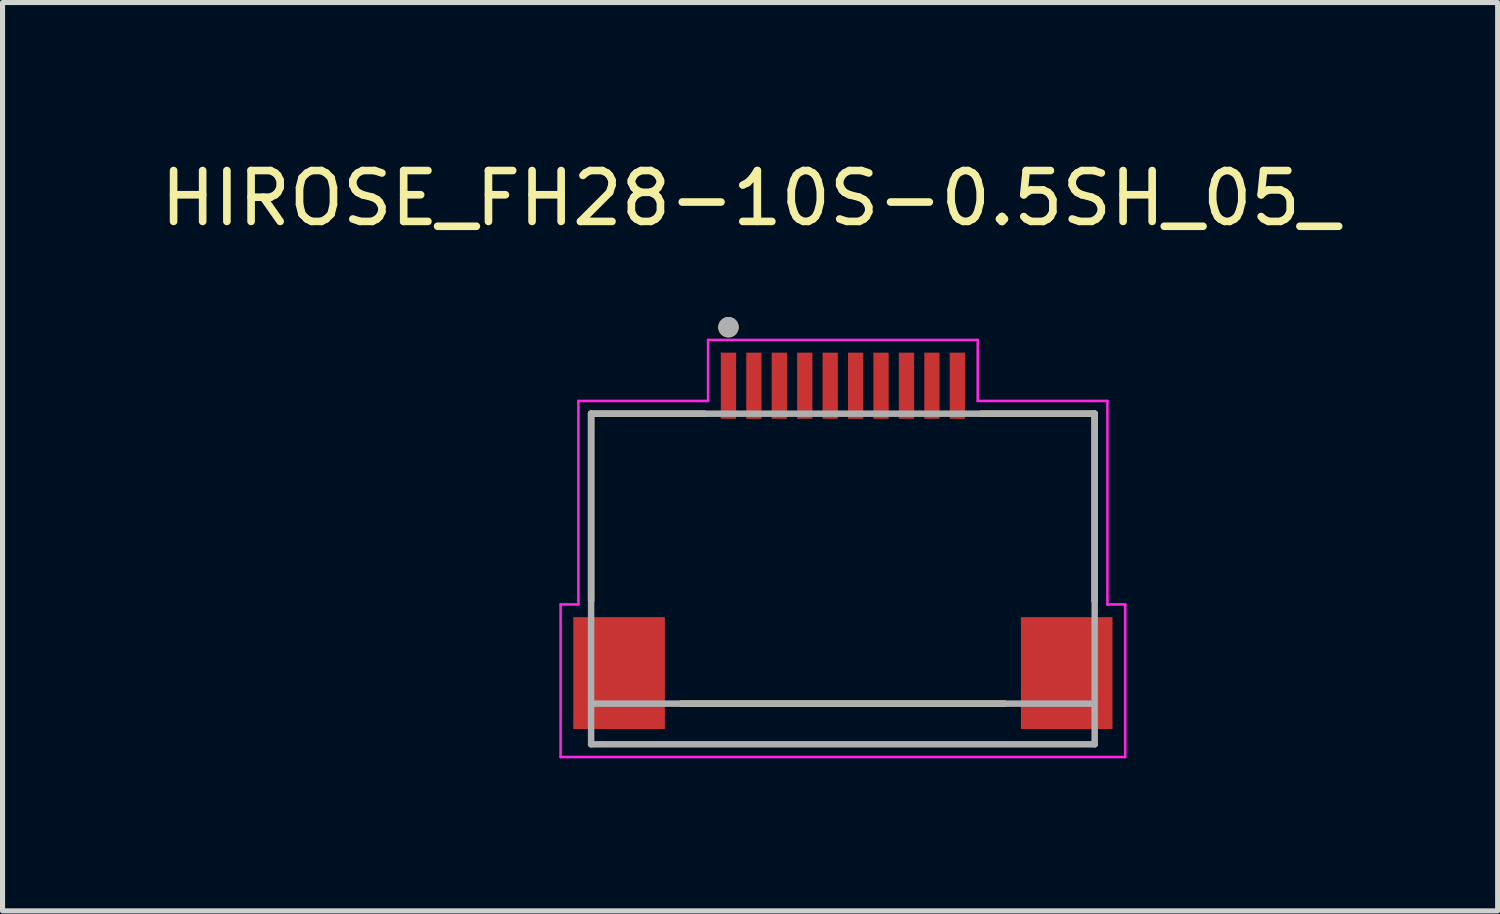
<source format=kicad_pcb>
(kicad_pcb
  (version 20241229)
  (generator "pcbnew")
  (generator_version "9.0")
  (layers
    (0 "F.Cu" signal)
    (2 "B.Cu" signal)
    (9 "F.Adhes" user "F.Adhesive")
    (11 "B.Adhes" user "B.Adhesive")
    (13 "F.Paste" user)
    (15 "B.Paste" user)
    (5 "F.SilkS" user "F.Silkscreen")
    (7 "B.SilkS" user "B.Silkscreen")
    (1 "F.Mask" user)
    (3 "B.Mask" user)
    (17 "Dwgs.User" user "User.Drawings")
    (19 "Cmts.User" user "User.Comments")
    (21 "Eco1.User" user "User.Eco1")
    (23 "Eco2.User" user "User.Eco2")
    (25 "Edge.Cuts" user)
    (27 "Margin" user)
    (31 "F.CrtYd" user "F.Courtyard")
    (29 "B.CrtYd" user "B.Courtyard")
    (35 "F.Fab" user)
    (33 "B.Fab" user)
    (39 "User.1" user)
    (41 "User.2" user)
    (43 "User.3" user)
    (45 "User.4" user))
  (footprint "HIROSE_FH28-10S-0.5SH_05_"
    (layer "F.Cu")
    (at 13.521 7.933)
    (property "Reference" "HIROSE_FH28-10S-0.5SH_05_" (at -1.825 -7.085 0) (layer "F.SilkS") (effects (font (size 1 1) (thickness 0.15))))
    (attr smd)
    (fp_poly (pts (xy -2.49 -4.14) (xy -2.01 -4.14) (xy -2.01 -2.66) (xy -2.49 -2.66)) (stroke (width 0.01) (type solid)) (fill yes) (layer "F.Mask"))
    (fp_poly (pts (xy -1.99 -4.14) (xy -1.51 -4.14) (xy -1.51 -2.66) (xy -1.99 -2.66)) (stroke (width 0.01) (type solid)) (fill yes) (layer "F.Mask"))
    (fp_poly (pts (xy -1.49 -4.14) (xy -1.01 -4.14) (xy -1.01 -2.66) (xy -1.49 -2.66)) (stroke (width 0.01) (type solid)) (fill yes) (layer "F.Mask"))
    (fp_poly (pts (xy -0.99 -4.14) (xy -0.51 -4.14) (xy -0.51 -2.66) (xy -0.99 -2.66)) (stroke (width 0.01) (type solid)) (fill yes) (layer "F.Mask"))
    (fp_poly (pts (xy -0.49 -4.14) (xy -0.01 -4.14) (xy -0.01 -2.66) (xy -0.49 -2.66)) (stroke (width 0.01) (type solid)) (fill yes) (layer "F.Mask"))
    (fp_poly (pts (xy 0.01 -4.14) (xy 0.49 -4.14) (xy 0.49 -2.66) (xy 0.01 -2.66)) (stroke (width 0.01) (type solid)) (fill yes) (layer "F.Mask"))
    (fp_poly (pts (xy 0.51 -4.14) (xy 0.99 -4.14) (xy 0.99 -2.66) (xy 0.51 -2.66)) (stroke (width 0.01) (type solid)) (fill yes) (layer "F.Mask"))
    (fp_poly (pts (xy 1.01 -4.14) (xy 1.49 -4.14) (xy 1.49 -2.66) (xy 1.01 -2.66)) (stroke (width 0.01) (type solid)) (fill yes) (layer "F.Mask"))
    (fp_poly (pts (xy 1.51 -4.14) (xy 1.99 -4.14) (xy 1.99 -2.66) (xy 1.51 -2.66)) (stroke (width 0.01) (type solid)) (fill yes) (layer "F.Mask"))
    (fp_poly (pts (xy 2.01 -4.14) (xy 2.49 -4.14) (xy 2.49 -2.66) (xy 2.01 -2.66)) (stroke (width 0.01) (type solid)) (fill yes) (layer "F.Mask"))
    (fp_line (start -4.95 -2.85) (end -2.72 -2.85) (stroke (width 0.127) (type solid)) (layer "F.SilkS"))
    (fp_line (start -4.95 0.83) (end -4.95 -2.85) (stroke (width 0.127) (type solid)) (layer "F.SilkS"))
    (fp_line (start -3.18 2.85) (end 3.18 2.85) (stroke (width 0.127) (type solid)) (layer "F.SilkS"))
    (fp_line (start 2.72 -2.85) (end 4.95 -2.85) (stroke (width 0.127) (type solid)) (layer "F.SilkS"))
    (fp_line (start 4.95 -2.85) (end 4.95 0.83) (stroke (width 0.127) (type solid)) (layer "F.SilkS"))
    (fp_circle (center -2.25 -4.55) (end -2.15 -4.55) (stroke (width 0.2) (type solid)) (fill no) (layer "F.SilkS"))
    (fp_poly (pts (xy -2.375 -4.05) (xy -2.125 -4.05) (xy -2.125 -2.75) (xy -2.375 -2.75)) (stroke (width 0.01) (type solid)) (fill yes) (layer "F.Paste"))
    (fp_poly (pts (xy -1.875 -4.05) (xy -1.625 -4.05) (xy -1.625 -2.75) (xy -1.875 -2.75)) (stroke (width 0.01) (type solid)) (fill yes) (layer "F.Paste"))
    (fp_poly (pts (xy -1.375 -4.05) (xy -1.125 -4.05) (xy -1.125 -2.75) (xy -1.375 -2.75)) (stroke (width 0.01) (type solid)) (fill yes) (layer "F.Paste"))
    (fp_poly (pts (xy -0.875 -4.05) (xy -0.625 -4.05) (xy -0.625 -2.75) (xy -0.875 -2.75)) (stroke (width 0.01) (type solid)) (fill yes) (layer "F.Paste"))
    (fp_poly (pts (xy -0.375 -4.05) (xy -0.125 -4.05) (xy -0.125 -2.75) (xy -0.375 -2.75)) (stroke (width 0.01) (type solid)) (fill yes) (layer "F.Paste"))
    (fp_poly (pts (xy 0.125 -4.05) (xy 0.375 -4.05) (xy 0.375 -2.75) (xy 0.125 -2.75)) (stroke (width 0.01) (type solid)) (fill yes) (layer "F.Paste"))
    (fp_poly (pts (xy 0.625 -4.05) (xy 0.875 -4.05) (xy 0.875 -2.75) (xy 0.625 -2.75)) (stroke (width 0.01) (type solid)) (fill yes) (layer "F.Paste"))
    (fp_poly (pts (xy 1.125 -4.05) (xy 1.375 -4.05) (xy 1.375 -2.75) (xy 1.125 -2.75)) (stroke (width 0.01) (type solid)) (fill yes) (layer "F.Paste"))
    (fp_poly (pts (xy 1.625 -4.05) (xy 1.875 -4.05) (xy 1.875 -2.75) (xy 1.625 -2.75)) (stroke (width 0.01) (type solid)) (fill yes) (layer "F.Paste"))
    (fp_poly (pts (xy 2.125 -4.05) (xy 2.375 -4.05) (xy 2.375 -2.75) (xy 2.125 -2.75)) (stroke (width 0.01) (type solid)) (fill yes) (layer "F.Paste"))
    (fp_line (start -5.55 0.9) (end -5.55 3.9) (stroke (width 0.05) (type solid)) (layer "F.CrtYd"))
    (fp_line (start -5.55 0.9) (end -5.2 0.9) (stroke (width 0.05) (type solid)) (layer "F.CrtYd"))
    (fp_line (start -5.55 3.9) (end 5.55 3.9) (stroke (width 0.05) (type solid)) (layer "F.CrtYd"))
    (fp_line (start -5.2 -3.1) (end -2.65 -3.1) (stroke (width 0.05) (type solid)) (layer "F.CrtYd"))
    (fp_line (start -5.2 0.9) (end -5.2 -3.1) (stroke (width 0.05) (type solid)) (layer "F.CrtYd"))
    (fp_line (start -2.65 -3.1) (end -2.65 -4.3) (stroke (width 0.05) (type solid)) (layer "F.CrtYd"))
    (fp_line (start 2.65 -4.3) (end -2.65 -4.3) (stroke (width 0.05) (type solid)) (layer "F.CrtYd"))
    (fp_line (start 2.65 -3.1) (end 2.65 -4.3) (stroke (width 0.05) (type solid)) (layer "F.CrtYd"))
    (fp_line (start 5.2 -3.1) (end 2.65 -3.1) (stroke (width 0.05) (type solid)) (layer "F.CrtYd"))
    (fp_line (start 5.2 0.9) (end 5.2 -3.1) (stroke (width 0.05) (type solid)) (layer "F.CrtYd"))
    (fp_line (start 5.55 0.9) (end 5.2 0.9) (stroke (width 0.05) (type solid)) (layer "F.CrtYd"))
    (fp_line (start 5.55 3.9) (end 5.55 0.9) (stroke (width 0.05) (type solid)) (layer "F.CrtYd"))
    (fp_line (start -4.95 -2.85) (end 4.95 -2.85) (stroke (width 0.127) (type solid)) (layer "F.Fab"))
    (fp_line (start -4.95 2.85) (end -4.95 -2.85) (stroke (width 0.127) (type solid)) (layer "F.Fab"))
    (fp_line (start -4.95 2.85) (end 4.95 2.85) (stroke (width 0.127) (type solid)) (layer "F.Fab"))
    (fp_line (start -4.95 3.65) (end -4.95 2.85) (stroke (width 0.127) (type solid)) (layer "F.Fab"))
    (fp_line (start 4.95 -2.85) (end 4.95 2.85) (stroke (width 0.127) (type solid)) (layer "F.Fab"))
    (fp_line (start 4.95 2.85) (end 4.95 3.65) (stroke (width 0.127) (type solid)) (layer "F.Fab"))
    (fp_line (start 4.95 3.65) (end -4.95 3.65) (stroke (width 0.127) (type solid)) (layer "F.Fab"))
    (fp_circle (center -2.25 -4.55) (end -2.15 -4.55) (stroke (width 0.2) (type solid)) (fill no) (layer "F.Fab"))
    (pad "1" smd rect (at -2.25 -3.4) (size 0.3 1.3) (layers "F.Cu"))
    (pad "2" smd rect (at -1.75 -3.4) (size 0.3 1.3) (layers "F.Cu"))
    (pad "3" smd rect (at -1.25 -3.4) (size 0.3 1.3) (layers "F.Cu"))
    (pad "4" smd rect (at -0.75 -3.4) (size 0.3 1.3) (layers "F.Cu"))
    (pad "5" smd rect (at -0.25 -3.4) (size 0.3 1.3) (layers "F.Cu"))
    (pad "6" smd rect (at 0.25 -3.4) (size 0.3 1.3) (layers "F.Cu"))
    (pad "7" smd rect (at 0.75 -3.4) (size 0.3 1.3) (layers "F.Cu"))
    (pad "8" smd rect (at 1.25 -3.4) (size 0.3 1.3) (layers "F.Cu"))
    (pad "9" smd rect (at 1.75 -3.4) (size 0.3 1.3) (layers "F.Cu"))
    (pad "10" smd rect (at 2.25 -3.4) (size 0.3 1.3) (layers "F.Cu"))
    (pad "SH1" smd rect (at -4.4 2.25) (size 1.8 2.2) (layers "F.Cu" "F.Mask" "F.Paste"))
    (pad "SH2" smd rect (at 4.4 2.25) (size 1.8 2.2) (layers "F.Cu" "F.Mask" "F.Paste")))
  (gr_rect
    (start -3 -3)
    (end 26.393 14.858)
    (stroke (width 0.1) (type default))
    (fill no)
    (layer "Edge.Cuts")))
</source>
